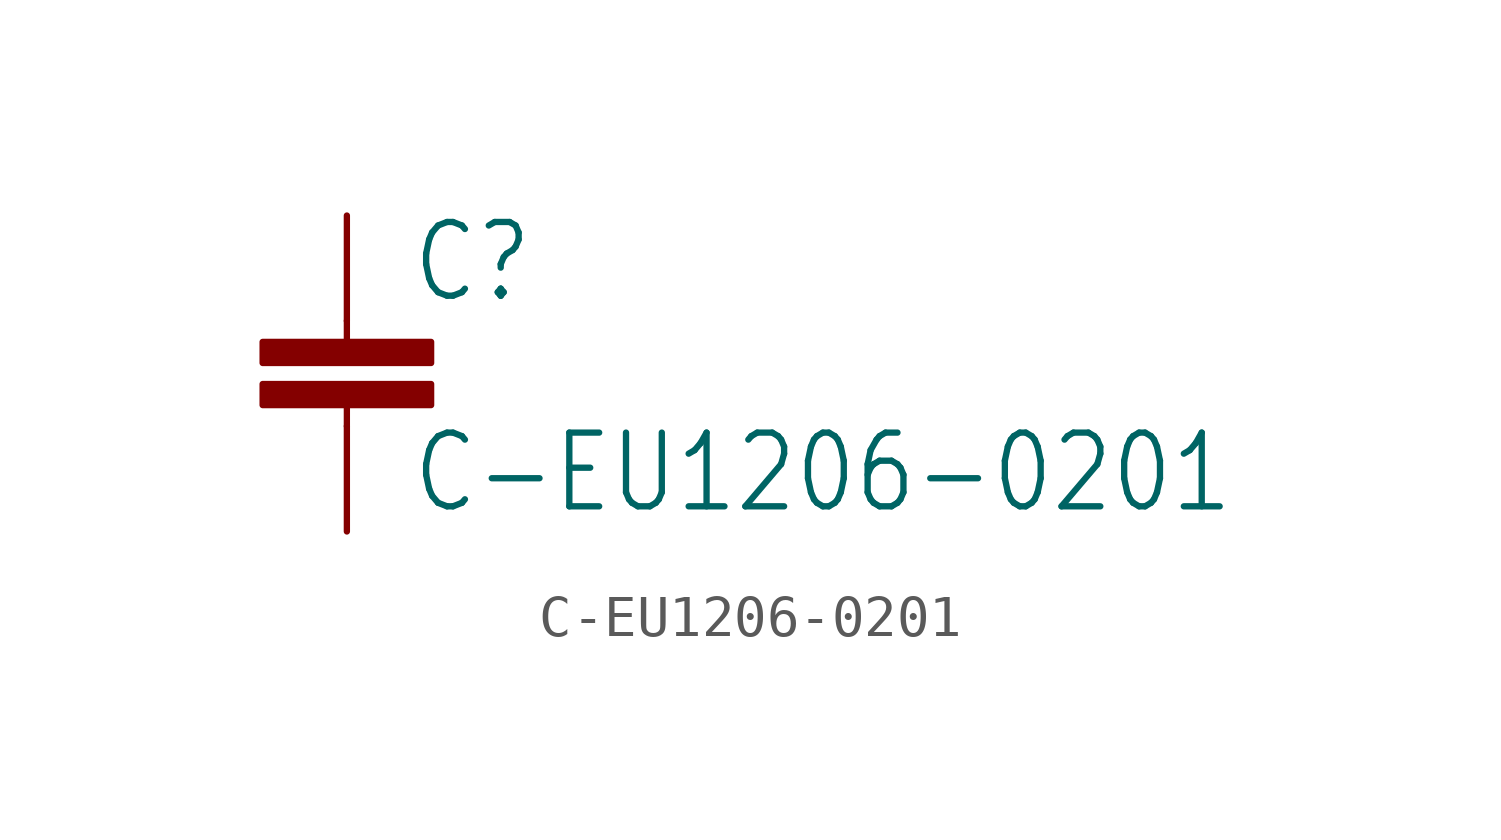
<source format=kicad_sym>
(kicad_symbol_lib
  (version 20211014)
  (generator kicad_symbol_editor)
  (symbol "C-EU1206-0201"
    (property "Reference" "C"
      (at 1.524 0.381 0)
      (effects (font (size 1.778 1.511)) (justify left bottom)))
    (property "Value" "C-EU1206-0201"
      (at 1.524 -4.699 0)
      (effects (font (size 1.778 1.511)) (justify left bottom)))
    (property "ki_locked" ""
      (at 0 0 0)
      (effects (font (size 1.27 1.27))))
    (symbol "C-EU1206-0201_1_0"
      (rectangle (start -2.032 -2.032) (end 2.032 -1.524) (stroke (width 0) (type default)) (fill (type outline)))
      (rectangle (start -2.032 -1.016) (end 2.032 -0.508) (stroke (width 0) (type default)) (fill (type outline)))
      (polyline (pts (xy 0 -2.54) (xy 0 -2.032)) (stroke (width 0.152) (type default)) (fill (type none)))
      (polyline (pts (xy 0 0) (xy 0 -0.508)) (stroke (width 0.152) (type default)) (fill (type none)))
      (pin passive line (at 0 2.54 270) (length 2.54) (name "1" (effects (font (size 0 0)))) (number "1" (effects (font (size 0 0)))))
      (pin passive line (at 0 -5.08 90) (length 2.54) (name "2" (effects (font (size 0 0)))) (number "2" (effects (font (size 0 0))))))))
</source>
